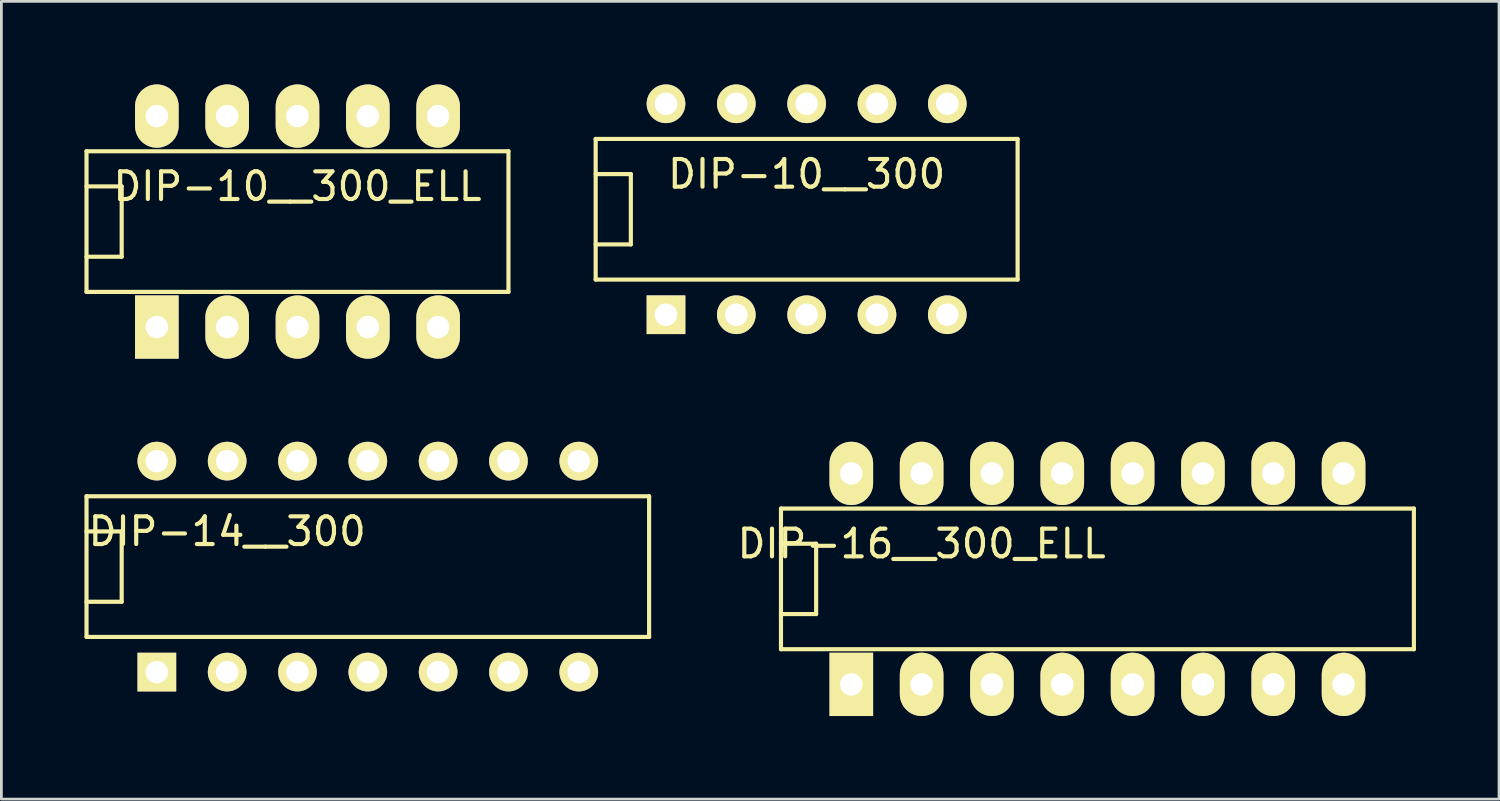
<source format=kicad_pcb>
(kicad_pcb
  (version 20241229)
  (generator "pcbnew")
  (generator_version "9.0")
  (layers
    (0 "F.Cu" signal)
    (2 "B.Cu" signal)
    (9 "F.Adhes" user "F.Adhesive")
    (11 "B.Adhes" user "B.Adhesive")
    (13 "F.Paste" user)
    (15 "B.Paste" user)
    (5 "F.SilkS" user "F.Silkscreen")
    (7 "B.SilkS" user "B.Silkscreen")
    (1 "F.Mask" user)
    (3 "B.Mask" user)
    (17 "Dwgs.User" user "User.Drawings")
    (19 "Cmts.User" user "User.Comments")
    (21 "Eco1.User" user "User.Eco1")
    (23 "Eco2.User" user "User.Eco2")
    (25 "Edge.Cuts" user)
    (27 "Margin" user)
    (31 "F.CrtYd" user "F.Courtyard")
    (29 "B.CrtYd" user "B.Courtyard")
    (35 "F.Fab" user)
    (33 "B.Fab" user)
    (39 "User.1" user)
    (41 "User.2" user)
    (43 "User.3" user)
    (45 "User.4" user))
  (footprint "DIP-10__300_ELL"
    (layer "F.Cu")
    (at 7.695 4.953)
    (property "Reference" "DIP-10__300_ELL" (at 0 -1.27 0) (layer "F.SilkS") (effects (font (size 1 1) (thickness 0.15))))
    (attr through_hole)
    (fp_line (start -7.62 -2.54) (end -7.62 2.54) (stroke (width 0.15) (type solid)) (layer "F.SilkS"))
    (fp_line (start -7.62 -1.27) (end -6.35 -1.27) (stroke (width 0.15) (type solid)) (layer "F.SilkS"))
    (fp_line (start -7.62 2.54) (end 7.62 2.54) (stroke (width 0.15) (type solid)) (layer "F.SilkS"))
    (fp_line (start -6.35 -1.27) (end -6.35 1.27) (stroke (width 0.15) (type solid)) (layer "F.SilkS"))
    (fp_line (start -6.35 1.27) (end -7.62 1.27) (stroke (width 0.15) (type solid)) (layer "F.SilkS"))
    (fp_line (start 7.62 -2.54) (end -7.62 -2.54) (stroke (width 0.15) (type solid)) (layer "F.SilkS"))
    (fp_line (start 7.62 2.54) (end 7.62 -2.54) (stroke (width 0.15) (type solid)) (layer "F.SilkS"))
    (pad "1" thru_hole rect (at -5.08 3.81) (size 1.575 2.286) (drill 0.813) (layers "*.Cu" "*.Mask" "F.SilkS"))
    (pad "2" thru_hole oval (at -2.54 3.81) (size 1.575 2.286) (drill 0.813) (layers "*.Cu" "*.Mask" "F.SilkS"))
    (pad "3" thru_hole oval (at 0 3.81) (size 1.575 2.286) (drill 0.813) (layers "*.Cu" "*.Mask" "F.SilkS"))
    (pad "4" thru_hole oval (at 2.54 3.81) (size 1.575 2.286) (drill 0.813) (layers "*.Cu" "*.Mask" "F.SilkS"))
    (pad "5" thru_hole oval (at 5.08 3.81) (size 1.575 2.286) (drill 0.813) (layers "*.Cu" "*.Mask" "F.SilkS"))
    (pad "6" thru_hole oval (at 5.08 -3.81) (size 1.575 2.286) (drill 0.813) (layers "*.Cu" "*.Mask" "F.SilkS"))
    (pad "7" thru_hole oval (at 2.54 -3.81) (size 1.575 2.286) (drill 0.813) (layers "*.Cu" "*.Mask" "F.SilkS"))
    (pad "8" thru_hole oval (at 0 -3.81) (size 1.575 2.286) (drill 0.813) (layers "*.Cu" "*.Mask" "F.SilkS"))
    (pad "9" thru_hole oval (at -2.54 -3.81) (size 1.575 2.286) (drill 0.813) (layers "*.Cu" "*.Mask" "F.SilkS"))
    (pad "10" thru_hole oval (at -5.08 -3.81) (size 1.575 2.286) (drill 0.813) (layers "*.Cu" "*.Mask" "F.SilkS")))
  (footprint "DIP-16__300_ELL"
    (layer "F.Cu")
    (at 36.588 17.859)
    (property "Reference" "DIP-16__300_ELL" (at -6.35 -1.27 0) (layer "F.SilkS") (effects (font (size 1 1) (thickness 0.15))))
    (attr through_hole)
    (fp_line (start -11.43 -2.54) (end 11.43 -2.54) (stroke (width 0.15) (type solid)) (layer "F.SilkS"))
    (fp_line (start -11.43 -1.27) (end -11.43 -1.27) (stroke (width 0.15) (type solid)) (layer "F.SilkS"))
    (fp_line (start -11.43 -1.27) (end -10.16 -1.27) (stroke (width 0.15) (type solid)) (layer "F.SilkS"))
    (fp_line (start -11.43 2.54) (end -11.43 -2.54) (stroke (width 0.15) (type solid)) (layer "F.SilkS"))
    (fp_line (start -10.16 -1.27) (end -10.16 1.27) (stroke (width 0.15) (type solid)) (layer "F.SilkS"))
    (fp_line (start -10.16 1.27) (end -11.43 1.27) (stroke (width 0.15) (type solid)) (layer "F.SilkS"))
    (fp_line (start 11.43 -2.54) (end 11.43 2.54) (stroke (width 0.15) (type solid)) (layer "F.SilkS"))
    (fp_line (start 11.43 2.54) (end -11.43 2.54) (stroke (width 0.15) (type solid)) (layer "F.SilkS"))
    (pad "1" thru_hole rect (at -8.89 3.81) (size 1.575 2.286) (drill 0.813) (layers "*.Cu" "*.Mask" "F.SilkS"))
    (pad "2" thru_hole oval (at -6.35 3.81) (size 1.575 2.286) (drill 0.813) (layers "*.Cu" "*.Mask" "F.SilkS"))
    (pad "3" thru_hole oval (at -3.81 3.81) (size 1.575 2.286) (drill 0.813) (layers "*.Cu" "*.Mask" "F.SilkS"))
    (pad "4" thru_hole oval (at -1.27 3.81) (size 1.575 2.286) (drill 0.813) (layers "*.Cu" "*.Mask" "F.SilkS"))
    (pad "5" thru_hole oval (at 1.27 3.81) (size 1.575 2.286) (drill 0.813) (layers "*.Cu" "*.Mask" "F.SilkS"))
    (pad "6" thru_hole oval (at 3.81 3.81) (size 1.575 2.286) (drill 0.813) (layers "*.Cu" "*.Mask" "F.SilkS"))
    (pad "7" thru_hole oval (at 6.35 3.81) (size 1.575 2.286) (drill 0.813) (layers "*.Cu" "*.Mask" "F.SilkS"))
    (pad "8" thru_hole oval (at 8.89 3.81) (size 1.575 2.286) (drill 0.813) (layers "*.Cu" "*.Mask" "F.SilkS"))
    (pad "9" thru_hole oval (at 8.89 -3.81) (size 1.575 2.286) (drill 0.813) (layers "*.Cu" "*.Mask" "F.SilkS"))
    (pad "10" thru_hole oval (at 6.35 -3.81) (size 1.575 2.286) (drill 0.813) (layers "*.Cu" "*.Mask" "F.SilkS"))
    (pad "11" thru_hole oval (at 3.81 -3.81) (size 1.575 2.286) (drill 0.813) (layers "*.Cu" "*.Mask" "F.SilkS"))
    (pad "12" thru_hole oval (at 1.27 -3.81) (size 1.575 2.286) (drill 0.813) (layers "*.Cu" "*.Mask" "F.SilkS"))
    (pad "13" thru_hole oval (at -1.27 -3.81) (size 1.575 2.286) (drill 0.813) (layers "*.Cu" "*.Mask" "F.SilkS"))
    (pad "14" thru_hole oval (at -3.81 -3.81) (size 1.575 2.286) (drill 0.813) (layers "*.Cu" "*.Mask" "F.SilkS"))
    (pad "15" thru_hole oval (at -6.35 -3.81) (size 1.575 2.286) (drill 0.813) (layers "*.Cu" "*.Mask" "F.SilkS"))
    (pad "16" thru_hole oval (at -8.89 -3.81) (size 1.575 2.286) (drill 0.813) (layers "*.Cu" "*.Mask" "F.SilkS")))
  (footprint "DIP-14__300"
    (layer "F.Cu")
    (at 10.235 17.415)
    (property "Reference" "DIP-14__300" (at -5.08 -1.27 0) (layer "F.SilkS") (effects (font (size 1 1) (thickness 0.15))))
    (attr through_hole)
    (fp_line (start -10.16 -2.54) (end 10.16 -2.54) (stroke (width 0.15) (type solid)) (layer "F.SilkS"))
    (fp_line (start -10.16 -1.27) (end -8.89 -1.27) (stroke (width 0.15) (type solid)) (layer "F.SilkS"))
    (fp_line (start -10.16 2.54) (end -10.16 -2.54) (stroke (width 0.15) (type solid)) (layer "F.SilkS"))
    (fp_line (start -8.89 -1.27) (end -8.89 1.27) (stroke (width 0.15) (type solid)) (layer "F.SilkS"))
    (fp_line (start -8.89 1.27) (end -10.16 1.27) (stroke (width 0.15) (type solid)) (layer "F.SilkS"))
    (fp_line (start 10.16 -2.54) (end 10.16 2.54) (stroke (width 0.15) (type solid)) (layer "F.SilkS"))
    (fp_line (start 10.16 2.54) (end -10.16 2.54) (stroke (width 0.15) (type solid)) (layer "F.SilkS"))
    (pad "1" thru_hole rect (at -7.62 3.81) (size 1.397 1.397) (drill 0.813) (layers "*.Cu" "*.Mask" "F.SilkS"))
    (pad "2" thru_hole circle (at -5.08 3.81) (size 1.397 1.397) (drill 0.813) (layers "*.Cu" "*.Mask" "F.SilkS"))
    (pad "3" thru_hole circle (at -2.54 3.81) (size 1.397 1.397) (drill 0.813) (layers "*.Cu" "*.Mask" "F.SilkS"))
    (pad "4" thru_hole circle (at 0 3.81) (size 1.397 1.397) (drill 0.813) (layers "*.Cu" "*.Mask" "F.SilkS"))
    (pad "5" thru_hole circle (at 2.54 3.81) (size 1.397 1.397) (drill 0.813) (layers "*.Cu" "*.Mask" "F.SilkS"))
    (pad "6" thru_hole circle (at 5.08 3.81) (size 1.397 1.397) (drill 0.813) (layers "*.Cu" "*.Mask" "F.SilkS"))
    (pad "7" thru_hole circle (at 7.62 3.81) (size 1.397 1.397) (drill 0.813) (layers "*.Cu" "*.Mask" "F.SilkS"))
    (pad "8" thru_hole circle (at 7.62 -3.81) (size 1.397 1.397) (drill 0.813) (layers "*.Cu" "*.Mask" "F.SilkS"))
    (pad "9" thru_hole circle (at 5.08 -3.81) (size 1.397 1.397) (drill 0.813) (layers "*.Cu" "*.Mask" "F.SilkS"))
    (pad "10" thru_hole circle (at 2.54 -3.81) (size 1.397 1.397) (drill 0.813) (layers "*.Cu" "*.Mask" "F.SilkS"))
    (pad "11" thru_hole circle (at 0 -3.81) (size 1.397 1.397) (drill 0.813) (layers "*.Cu" "*.Mask" "F.SilkS"))
    (pad "12" thru_hole circle (at -2.54 -3.81) (size 1.397 1.397) (drill 0.813) (layers "*.Cu" "*.Mask" "F.SilkS"))
    (pad "13" thru_hole circle (at -5.08 -3.81) (size 1.397 1.397) (drill 0.813) (layers "*.Cu" "*.Mask" "F.SilkS"))
    (pad "14" thru_hole circle (at -7.62 -3.81) (size 1.397 1.397) (drill 0.813) (layers "*.Cu" "*.Mask" "F.SilkS")))
  (footprint "DIP-10__300"
    (layer "F.Cu")
    (at 26.085 4.508)
    (property "Reference" "DIP-10__300" (at 0 -1.27 0) (layer "F.SilkS") (effects (font (size 1 1) (thickness 0.15))))
    (attr through_hole)
    (fp_line (start -7.62 -2.54) (end -7.62 2.54) (stroke (width 0.15) (type solid)) (layer "F.SilkS"))
    (fp_line (start -7.62 -1.27) (end -6.35 -1.27) (stroke (width 0.15) (type solid)) (layer "F.SilkS"))
    (fp_line (start -7.62 2.54) (end 7.62 2.54) (stroke (width 0.15) (type solid)) (layer "F.SilkS"))
    (fp_line (start -6.35 -1.27) (end -6.35 1.27) (stroke (width 0.15) (type solid)) (layer "F.SilkS"))
    (fp_line (start -6.35 1.27) (end -7.62 1.27) (stroke (width 0.15) (type solid)) (layer "F.SilkS"))
    (fp_line (start 7.62 -2.54) (end -7.62 -2.54) (stroke (width 0.15) (type solid)) (layer "F.SilkS"))
    (fp_line (start 7.62 2.54) (end 7.62 -2.54) (stroke (width 0.15) (type solid)) (layer "F.SilkS"))
    (pad "1" thru_hole rect (at -5.08 3.81) (size 1.397 1.397) (drill 0.813) (layers "*.Cu" "*.Mask" "F.SilkS"))
    (pad "2" thru_hole circle (at -2.54 3.81) (size 1.397 1.397) (drill 0.813) (layers "*.Cu" "*.Mask" "F.SilkS"))
    (pad "3" thru_hole circle (at 0 3.81) (size 1.397 1.397) (drill 0.813) (layers "*.Cu" "*.Mask" "F.SilkS"))
    (pad "4" thru_hole circle (at 2.54 3.81) (size 1.397 1.397) (drill 0.813) (layers "*.Cu" "*.Mask" "F.SilkS"))
    (pad "5" thru_hole circle (at 5.08 3.81) (size 1.397 1.397) (drill 0.813) (layers "*.Cu" "*.Mask" "F.SilkS"))
    (pad "6" thru_hole circle (at 5.08 -3.81) (size 1.397 1.397) (drill 0.813) (layers "*.Cu" "*.Mask" "F.SilkS"))
    (pad "7" thru_hole circle (at 2.54 -3.81) (size 1.397 1.397) (drill 0.813) (layers "*.Cu" "*.Mask" "F.SilkS"))
    (pad "8" thru_hole circle (at 0 -3.81) (size 1.397 1.397) (drill 0.813) (layers "*.Cu" "*.Mask" "F.SilkS"))
    (pad "9" thru_hole circle (at -2.54 -3.81) (size 1.397 1.397) (drill 0.813) (layers "*.Cu" "*.Mask" "F.SilkS"))
    (pad "10" thru_hole circle (at -5.08 -3.81) (size 1.397 1.397) (drill 0.813) (layers "*.Cu" "*.Mask" "F.SilkS")))
  (gr_rect
    (start -3 -3)
    (end 51.093 25.812)
    (stroke (width 0.1) (type default))
    (fill no)
    (layer "Edge.Cuts")))
</source>
